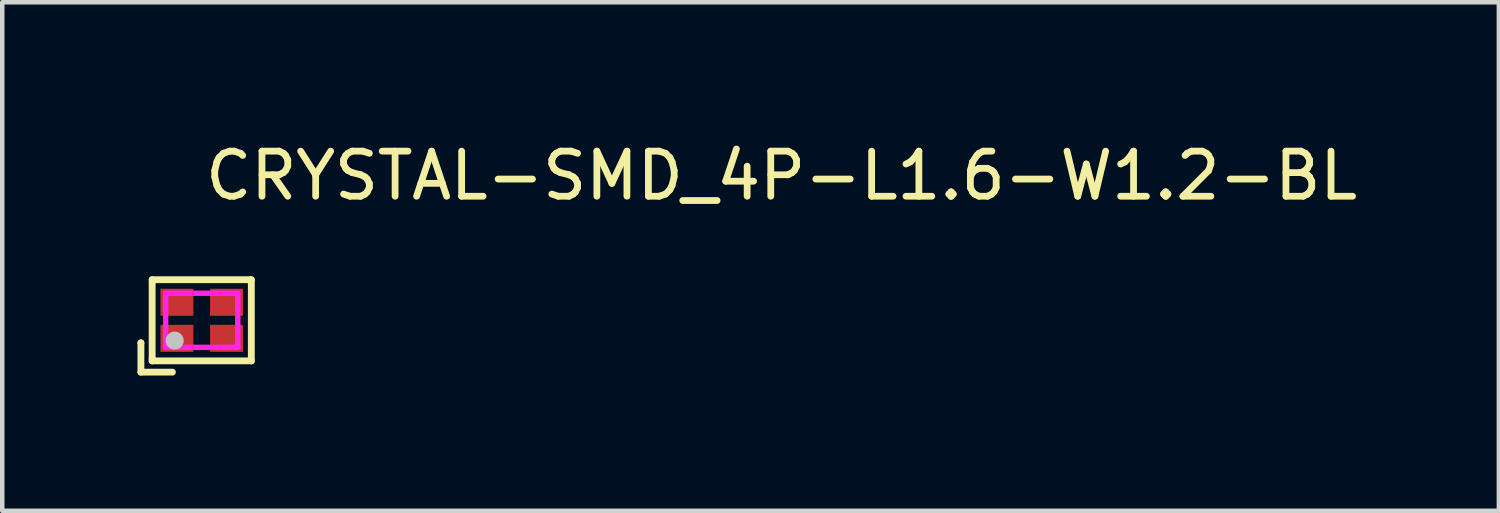
<source format=kicad_pcb>
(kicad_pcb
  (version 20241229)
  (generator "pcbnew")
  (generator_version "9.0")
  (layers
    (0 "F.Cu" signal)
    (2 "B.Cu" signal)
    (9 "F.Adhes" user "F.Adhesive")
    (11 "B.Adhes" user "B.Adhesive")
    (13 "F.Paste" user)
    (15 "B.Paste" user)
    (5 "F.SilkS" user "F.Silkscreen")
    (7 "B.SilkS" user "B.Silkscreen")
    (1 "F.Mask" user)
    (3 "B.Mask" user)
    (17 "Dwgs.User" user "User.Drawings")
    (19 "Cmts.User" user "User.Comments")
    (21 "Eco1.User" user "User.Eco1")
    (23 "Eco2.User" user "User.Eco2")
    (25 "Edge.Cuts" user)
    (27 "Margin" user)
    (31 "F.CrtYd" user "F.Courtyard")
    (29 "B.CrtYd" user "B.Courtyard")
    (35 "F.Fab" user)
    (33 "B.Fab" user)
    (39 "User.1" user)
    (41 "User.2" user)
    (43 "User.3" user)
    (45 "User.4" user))
  (footprint "CRYSTAL-SMD_4P-L1.6-W1.2-BL"
    (layer "F.Cu")
    (at 1.425 4.055)
    (property "Reference" "CRYSTAL-SMD_4P-L1.6-W1.2-BL" (at 0 -3.207 0) (layer "F.SilkS") (effects (font (size 1 1) (thickness 0.15)) (justify left)))
    (attr through_hole)
    (fp_line (start -1.349 0.5) (end -1.349 0.5) (stroke (width 0.152) (type solid)) (layer "F.SilkS"))
    (fp_line (start -1.349 0.5) (end -1.349 1.15) (stroke (width 0.152) (type solid)) (layer "F.SilkS"))
    (fp_line (start -1.349 1.15) (end -0.651 1.15) (stroke (width 0.152) (type solid)) (layer "F.SilkS"))
    (fp_line (start -1.1 -0.9) (end -1.1 0.85) (stroke (width 0.152) (type solid)) (layer "F.SilkS"))
    (fp_line (start -1.1 0.85) (end -1.1 0.9) (stroke (width 0.152) (type solid)) (layer "F.SilkS"))
    (fp_line (start -1.1 0.9) (end 1.1 0.9) (stroke (width 0.152) (type solid)) (layer "F.SilkS"))
    (fp_line (start 1.1 -0.9) (end -1.1 -0.9) (stroke (width 0.152) (type solid)) (layer "F.SilkS"))
    (fp_line (start 1.1 0.9) (end 1.1 -0.9) (stroke (width 0.152) (type solid)) (layer "F.SilkS"))
    (fp_circle (center -0.6 0.45) (end -0.5 0.45) (stroke (width 0.2) (type solid)) (fill no) (layer "Dwgs.User"))
    (fp_circle (center -0.8 0.6) (end -0.77 0.6) (stroke (width 0.06) (type solid)) (fill no) (layer "Eco2.User"))
    (fp_poly (pts (xy -0.75 -0.55) (xy -0.25 -0.55) (xy -0.25 -0.15) (xy -0.75 -0.15)) (stroke (width 0.12) (type solid)) (fill no) (layer "Eco2.User"))
    (fp_poly (pts (xy -0.75 0.15) (xy -0.25 0.15) (xy -0.25 0.55) (xy -0.75 0.55)) (stroke (width 0.12) (type solid)) (fill no) (layer "Eco2.User"))
    (fp_poly (pts (xy 0.25 -0.55) (xy 0.75 -0.55) (xy 0.75 -0.15) (xy 0.25 -0.15)) (stroke (width 0.12) (type solid)) (fill no) (layer "Eco2.User"))
    (fp_poly (pts (xy 0.25 0.15) (xy 0.75 0.15) (xy 0.75 0.55) (xy 0.25 0.55)) (stroke (width 0.12) (type solid)) (fill no) (layer "Eco2.User"))
    (fp_line (start -0.8 -0.6) (end 0.8 -0.6) (stroke (width 0.12) (type solid)) (layer "F.CrtYd"))
    (fp_line (start -0.8 0.6) (end -0.8 -0.6) (stroke (width 0.12) (type solid)) (layer "F.CrtYd"))
    (fp_line (start 0.8 -0.6) (end 0.8 0.6) (stroke (width 0.12) (type solid)) (layer "F.CrtYd"))
    (fp_line (start 0.8 0.6) (end -0.8 0.6) (stroke (width 0.12) (type solid)) (layer "F.CrtYd"))
    (pad "1" smd rect (at -0.55 0.4) (size 0.73 0.6) (layers "F.Cu" "F.Mask" "F.Paste"))
    (pad "2" smd rect (at 0.55 0.4) (size 0.73 0.6) (layers "F.Cu" "F.Mask" "F.Paste"))
    (pad "3" smd rect (at 0.55 -0.4) (size 0.73 0.6) (layers "F.Cu" "F.Mask" "F.Paste"))
    (pad "4" smd rect (at -0.55 -0.4) (size 0.73 0.6) (layers "F.Cu" "F.Mask" "F.Paste")))
  (gr_rect
    (start -3 -3)
    (end 30.199 8.281)
    (stroke (width 0.1) (type default))
    (fill no)
    (layer "Edge.Cuts")))
</source>
